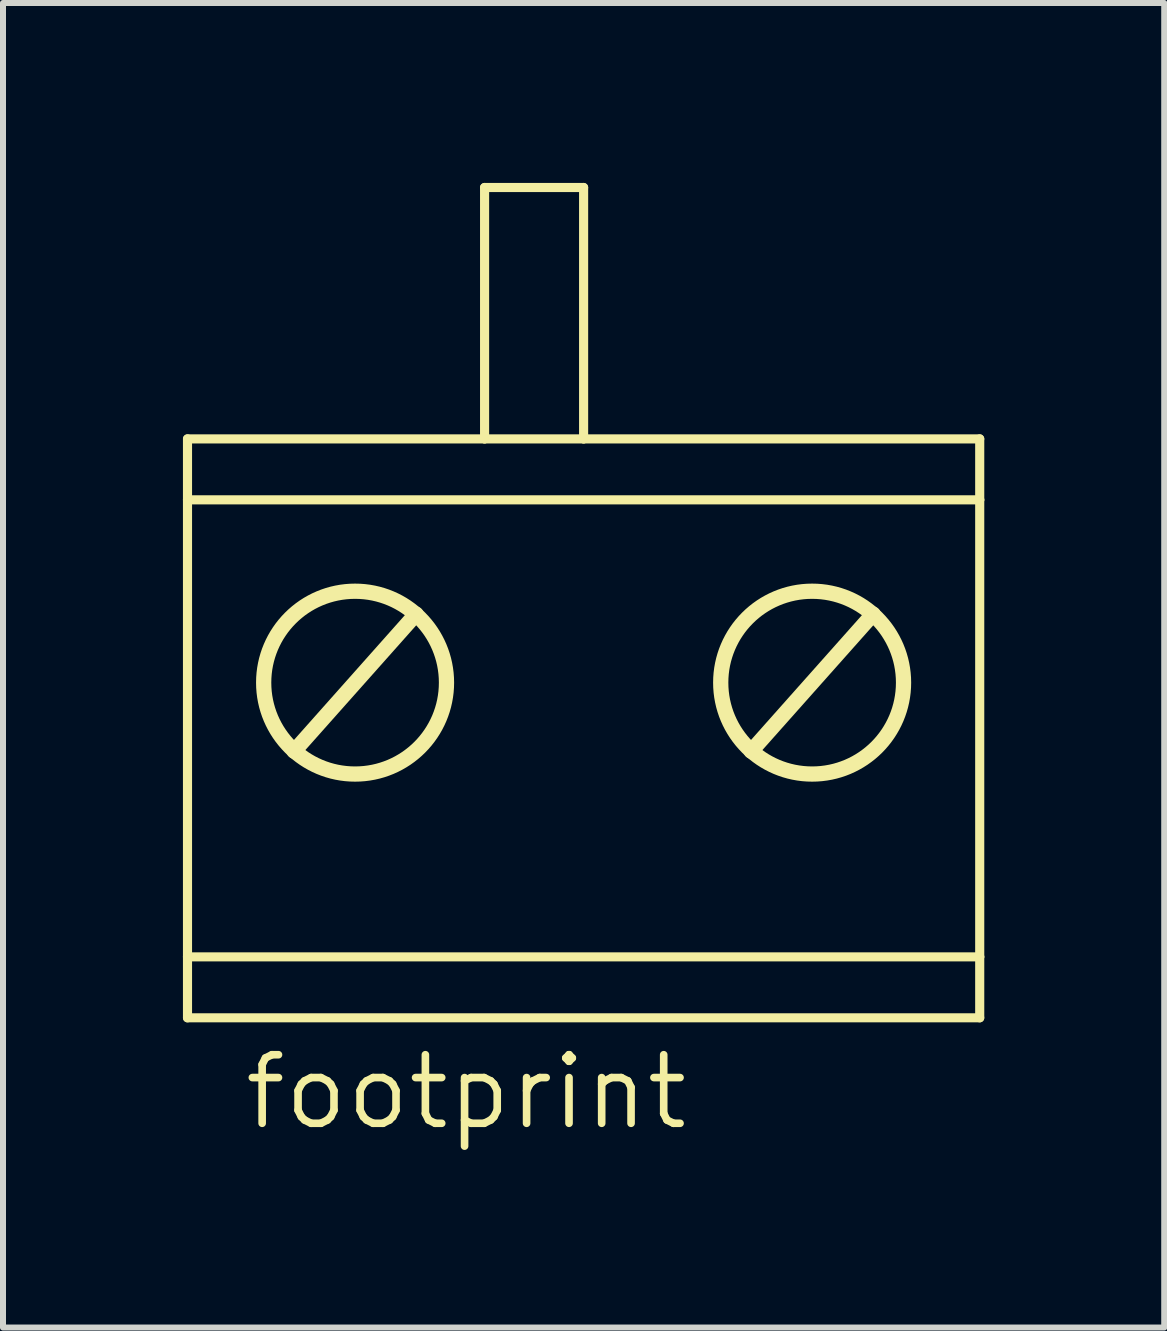
<source format=kicad_pcb>
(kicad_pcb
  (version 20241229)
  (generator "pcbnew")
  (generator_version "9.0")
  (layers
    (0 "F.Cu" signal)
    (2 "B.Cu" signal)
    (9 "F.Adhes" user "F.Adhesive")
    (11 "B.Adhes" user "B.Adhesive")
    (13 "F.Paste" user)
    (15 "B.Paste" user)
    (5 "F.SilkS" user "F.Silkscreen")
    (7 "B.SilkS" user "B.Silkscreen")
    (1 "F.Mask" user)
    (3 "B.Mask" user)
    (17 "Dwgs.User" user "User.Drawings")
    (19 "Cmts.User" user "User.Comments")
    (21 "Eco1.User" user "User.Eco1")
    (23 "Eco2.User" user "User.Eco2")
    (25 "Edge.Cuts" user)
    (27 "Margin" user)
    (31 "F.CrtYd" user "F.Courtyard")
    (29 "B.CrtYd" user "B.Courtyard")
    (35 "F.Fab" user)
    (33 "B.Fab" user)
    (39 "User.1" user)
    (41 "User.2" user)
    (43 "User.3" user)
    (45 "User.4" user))
  (footprint "footprint"
    (layer "F.Cu")
    (at 6.68 6.934)
    (property "Reference" "footprint" (at -5.715 8.89 0) (layer "F.SilkS") (effects (font (size 1.143 1.143) (thickness 0.127)) (justify left bottom)))
    (fp_line (start -6.604 -2.667) (end -6.604 -1.651) (stroke (width 0.152) (type solid)) (layer "F.SilkS"))
    (fp_line (start -6.604 -2.667) (end -1.651 -2.667) (stroke (width 0.152) (type solid)) (layer "F.SilkS"))
    (fp_line (start -6.604 -1.651) (end -6.604 5.969) (stroke (width 0.152) (type solid)) (layer "F.SilkS"))
    (fp_line (start -6.604 -1.651) (end 6.604 -1.651) (stroke (width 0.152) (type solid)) (layer "F.SilkS"))
    (fp_line (start -6.604 5.969) (end -6.604 6.985) (stroke (width 0.152) (type solid)) (layer "F.SilkS"))
    (fp_line (start -6.604 5.969) (end 6.604 5.969) (stroke (width 0.152) (type solid)) (layer "F.SilkS"))
    (fp_line (start -6.604 6.985) (end 6.604 6.985) (stroke (width 0.152) (type solid)) (layer "F.SilkS"))
    (fp_line (start -4.826 2.54) (end -2.794 0.254) (stroke (width 0.254) (type solid)) (layer "F.SilkS"))
    (fp_line (start -1.651 -6.858) (end -1.651 -2.667) (stroke (width 0.152) (type solid)) (layer "F.SilkS"))
    (fp_line (start -1.651 -2.667) (end 0 -2.667) (stroke (width 0.152) (type solid)) (layer "F.SilkS"))
    (fp_line (start 0 -6.858) (end -1.651 -6.858) (stroke (width 0.152) (type solid)) (layer "F.SilkS"))
    (fp_line (start 0 -2.667) (end 0 -6.858) (stroke (width 0.152) (type solid)) (layer "F.SilkS"))
    (fp_line (start 0 -2.667) (end 6.604 -2.667) (stroke (width 0.152) (type solid)) (layer "F.SilkS"))
    (fp_line (start 2.794 2.54) (end 4.826 0.254) (stroke (width 0.254) (type solid)) (layer "F.SilkS"))
    (fp_line (start 6.604 -2.667) (end 6.604 -1.651) (stroke (width 0.152) (type solid)) (layer "F.SilkS"))
    (fp_line (start 6.604 -1.651) (end 6.604 5.969) (stroke (width 0.152) (type solid)) (layer "F.SilkS"))
    (fp_line (start 6.604 5.969) (end 6.604 6.985) (stroke (width 0.152) (type solid)) (layer "F.SilkS"))
    (fp_circle (center -3.81 1.397) (end -2.286 1.397) (stroke (width 0.254) (type solid)) (fill no) (layer "F.SilkS"))
    (fp_circle (center 3.81 1.397) (end 5.334 1.397) (stroke (width 0.254) (type solid)) (fill no) (layer "F.SilkS")))
  (gr_rect
    (start -3 -3)
    (end 16.36 19.083)
    (stroke (width 0.1) (type default))
    (fill no)
    (layer "Edge.Cuts")))
</source>
